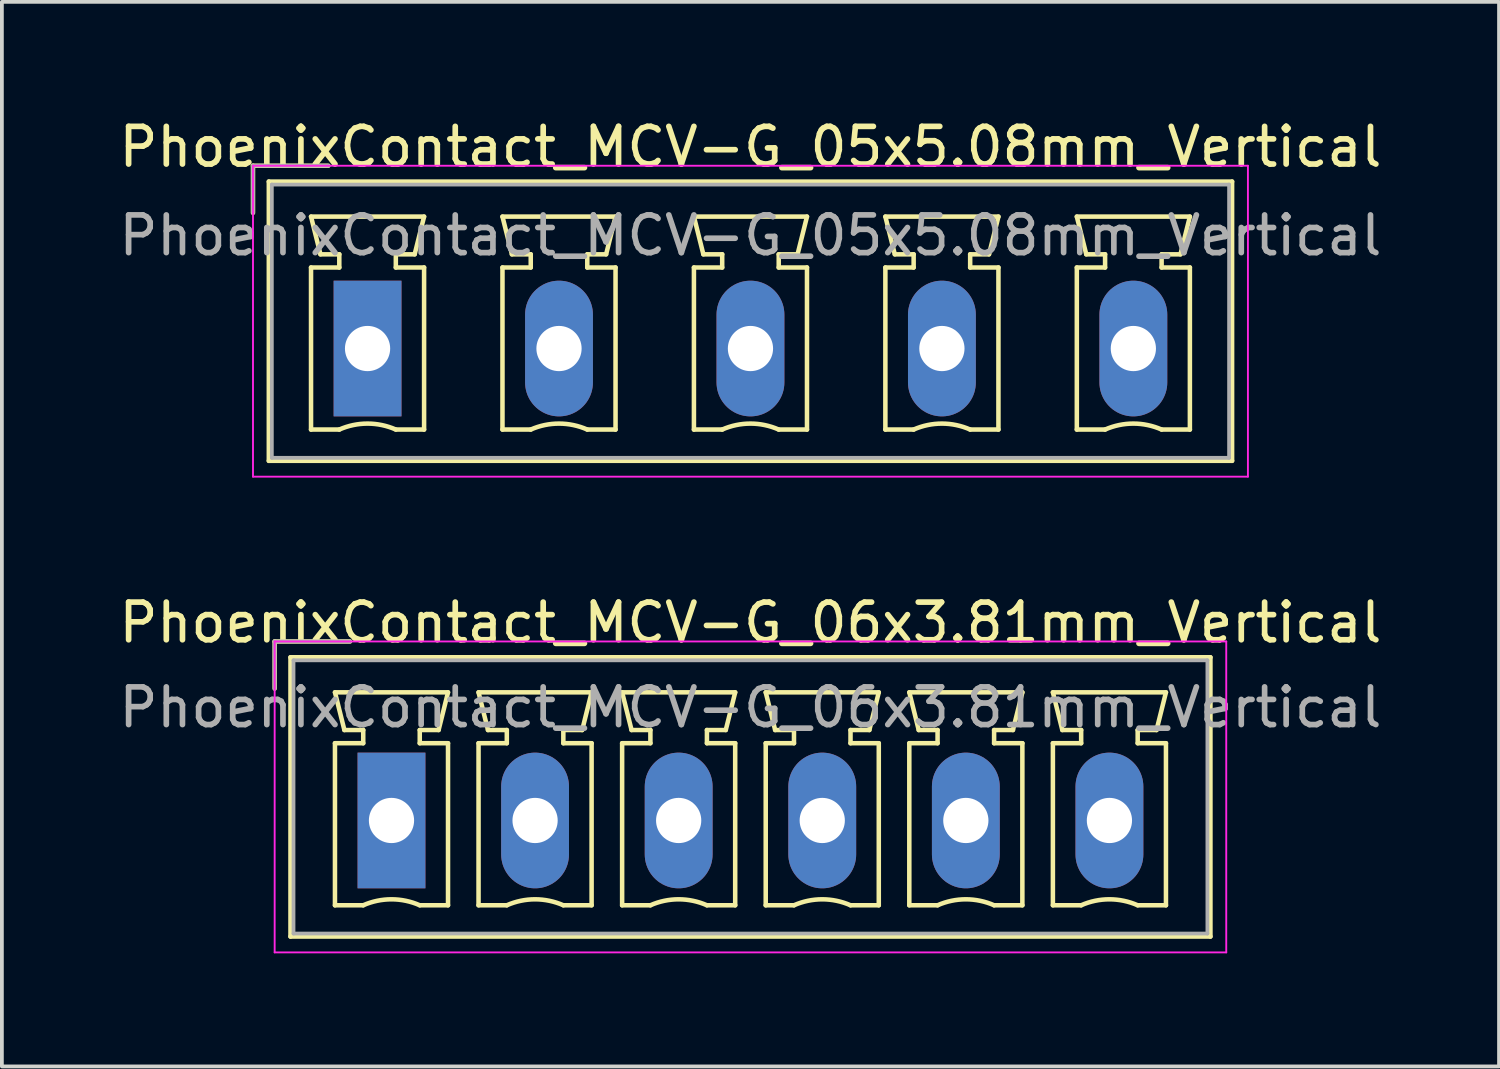
<source format=kicad_pcb>
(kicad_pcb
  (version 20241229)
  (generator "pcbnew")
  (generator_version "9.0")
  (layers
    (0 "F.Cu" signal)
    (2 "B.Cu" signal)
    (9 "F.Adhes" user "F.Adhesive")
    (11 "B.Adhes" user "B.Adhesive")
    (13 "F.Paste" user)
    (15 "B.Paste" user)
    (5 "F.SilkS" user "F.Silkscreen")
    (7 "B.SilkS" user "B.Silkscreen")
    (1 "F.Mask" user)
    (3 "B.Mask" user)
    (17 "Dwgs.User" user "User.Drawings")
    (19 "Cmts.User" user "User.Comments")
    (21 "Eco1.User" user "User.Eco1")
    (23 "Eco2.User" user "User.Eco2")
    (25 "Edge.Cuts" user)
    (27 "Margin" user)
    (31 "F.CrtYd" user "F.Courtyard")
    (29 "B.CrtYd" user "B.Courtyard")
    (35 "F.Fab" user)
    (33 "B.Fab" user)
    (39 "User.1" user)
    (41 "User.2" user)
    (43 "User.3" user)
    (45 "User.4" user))
  (footprint "PhoenixContact_MCV-G_05x5.08mm_Vertical"
    (layer "F.Cu")
    (at 6.703 6.198)
    (property "Reference" "PhoenixContact_MCV-G_05x5.08mm_Vertical" (at 10.16 -5.35 0) (layer "F.SilkS") (effects (font (size 1 1) (thickness 0.15))))
    (attr through_hole)
    (fp_line (start -3.04 -4.85) (end -1.04 -4.85) (stroke (width 0.12) (type solid)) (layer "F.SilkS"))
    (fp_line (start -3.04 -3.6) (end -3.04 -4.85) (stroke (width 0.12) (type solid)) (layer "F.SilkS"))
    (fp_line (start -2.62 -4.43) (end -2.62 2.98) (stroke (width 0.12) (type solid)) (layer "F.SilkS"))
    (fp_line (start -2.62 2.98) (end 22.94 2.98) (stroke (width 0.12) (type solid)) (layer "F.SilkS"))
    (fp_line (start -1.5 -3.5) (end 1.5 -3.5) (stroke (width 0.12) (type solid)) (layer "F.SilkS"))
    (fp_line (start -1.5 -2.15) (end -0.75 -2.15) (stroke (width 0.12) (type solid)) (layer "F.SilkS"))
    (fp_line (start -1.5 2.15) (end -1.5 -2.15) (stroke (width 0.12) (type solid)) (layer "F.SilkS"))
    (fp_line (start -1.25 -2.5) (end -1.5 -3.5) (stroke (width 0.12) (type solid)) (layer "F.SilkS"))
    (fp_line (start -0.75 -2.5) (end -1.25 -2.5) (stroke (width 0.12) (type solid)) (layer "F.SilkS"))
    (fp_line (start -0.75 -2.15) (end -0.75 -2.5) (stroke (width 0.12) (type solid)) (layer "F.SilkS"))
    (fp_line (start -0.75 2.15) (end -1.5 2.15) (stroke (width 0.12) (type solid)) (layer "F.SilkS"))
    (fp_line (start 0.75 -2.5) (end 0.75 -2.15) (stroke (width 0.12) (type solid)) (layer "F.SilkS"))
    (fp_line (start 0.75 -2.15) (end 1.5 -2.15) (stroke (width 0.12) (type solid)) (layer "F.SilkS"))
    (fp_line (start 1.25 -2.5) (end 0.75 -2.5) (stroke (width 0.12) (type solid)) (layer "F.SilkS"))
    (fp_line (start 1.5 -3.5) (end 1.25 -2.5) (stroke (width 0.12) (type solid)) (layer "F.SilkS"))
    (fp_line (start 1.5 -2.15) (end 1.5 2.15) (stroke (width 0.12) (type solid)) (layer "F.SilkS"))
    (fp_line (start 1.5 2.15) (end 0.75 2.15) (stroke (width 0.12) (type solid)) (layer "F.SilkS"))
    (fp_line (start 3.58 -3.5) (end 6.58 -3.5) (stroke (width 0.12) (type solid)) (layer "F.SilkS"))
    (fp_line (start 3.58 -2.15) (end 4.33 -2.15) (stroke (width 0.12) (type solid)) (layer "F.SilkS"))
    (fp_line (start 3.58 2.15) (end 3.58 -2.15) (stroke (width 0.12) (type solid)) (layer "F.SilkS"))
    (fp_line (start 3.83 -2.5) (end 3.58 -3.5) (stroke (width 0.12) (type solid)) (layer "F.SilkS"))
    (fp_line (start 4.33 -2.5) (end 3.83 -2.5) (stroke (width 0.12) (type solid)) (layer "F.SilkS"))
    (fp_line (start 4.33 -2.15) (end 4.33 -2.5) (stroke (width 0.12) (type solid)) (layer "F.SilkS"))
    (fp_line (start 4.33 2.15) (end 3.58 2.15) (stroke (width 0.12) (type solid)) (layer "F.SilkS"))
    (fp_line (start 5.83 -2.5) (end 5.83 -2.15) (stroke (width 0.12) (type solid)) (layer "F.SilkS"))
    (fp_line (start 5.83 -2.15) (end 6.58 -2.15) (stroke (width 0.12) (type solid)) (layer "F.SilkS"))
    (fp_line (start 6.33 -2.5) (end 5.83 -2.5) (stroke (width 0.12) (type solid)) (layer "F.SilkS"))
    (fp_line (start 6.58 -3.5) (end 6.33 -2.5) (stroke (width 0.12) (type solid)) (layer "F.SilkS"))
    (fp_line (start 6.58 -2.15) (end 6.58 2.15) (stroke (width 0.12) (type solid)) (layer "F.SilkS"))
    (fp_line (start 6.58 2.15) (end 5.83 2.15) (stroke (width 0.12) (type solid)) (layer "F.SilkS"))
    (fp_line (start 8.66 -3.5) (end 11.66 -3.5) (stroke (width 0.12) (type solid)) (layer "F.SilkS"))
    (fp_line (start 8.66 -2.15) (end 9.41 -2.15) (stroke (width 0.12) (type solid)) (layer "F.SilkS"))
    (fp_line (start 8.66 2.15) (end 8.66 -2.15) (stroke (width 0.12) (type solid)) (layer "F.SilkS"))
    (fp_line (start 8.91 -2.5) (end 8.66 -3.5) (stroke (width 0.12) (type solid)) (layer "F.SilkS"))
    (fp_line (start 9.41 -2.5) (end 8.91 -2.5) (stroke (width 0.12) (type solid)) (layer "F.SilkS"))
    (fp_line (start 9.41 -2.15) (end 9.41 -2.5) (stroke (width 0.12) (type solid)) (layer "F.SilkS"))
    (fp_line (start 9.41 2.15) (end 8.66 2.15) (stroke (width 0.12) (type solid)) (layer "F.SilkS"))
    (fp_line (start 10.91 -2.5) (end 10.91 -2.15) (stroke (width 0.12) (type solid)) (layer "F.SilkS"))
    (fp_line (start 10.91 -2.15) (end 11.66 -2.15) (stroke (width 0.12) (type solid)) (layer "F.SilkS"))
    (fp_line (start 11.41 -2.5) (end 10.91 -2.5) (stroke (width 0.12) (type solid)) (layer "F.SilkS"))
    (fp_line (start 11.66 -3.5) (end 11.41 -2.5) (stroke (width 0.12) (type solid)) (layer "F.SilkS"))
    (fp_line (start 11.66 -2.15) (end 11.66 2.15) (stroke (width 0.12) (type solid)) (layer "F.SilkS"))
    (fp_line (start 11.66 2.15) (end 10.91 2.15) (stroke (width 0.12) (type solid)) (layer "F.SilkS"))
    (fp_line (start 13.74 -3.5) (end 16.74 -3.5) (stroke (width 0.12) (type solid)) (layer "F.SilkS"))
    (fp_line (start 13.74 -2.15) (end 14.49 -2.15) (stroke (width 0.12) (type solid)) (layer "F.SilkS"))
    (fp_line (start 13.74 2.15) (end 13.74 -2.15) (stroke (width 0.12) (type solid)) (layer "F.SilkS"))
    (fp_line (start 13.99 -2.5) (end 13.74 -3.5) (stroke (width 0.12) (type solid)) (layer "F.SilkS"))
    (fp_line (start 14.49 -2.5) (end 13.99 -2.5) (stroke (width 0.12) (type solid)) (layer "F.SilkS"))
    (fp_line (start 14.49 -2.15) (end 14.49 -2.5) (stroke (width 0.12) (type solid)) (layer "F.SilkS"))
    (fp_line (start 14.49 2.15) (end 13.74 2.15) (stroke (width 0.12) (type solid)) (layer "F.SilkS"))
    (fp_line (start 15.99 -2.5) (end 15.99 -2.15) (stroke (width 0.12) (type solid)) (layer "F.SilkS"))
    (fp_line (start 15.99 -2.15) (end 16.74 -2.15) (stroke (width 0.12) (type solid)) (layer "F.SilkS"))
    (fp_line (start 16.49 -2.5) (end 15.99 -2.5) (stroke (width 0.12) (type solid)) (layer "F.SilkS"))
    (fp_line (start 16.74 -3.5) (end 16.49 -2.5) (stroke (width 0.12) (type solid)) (layer "F.SilkS"))
    (fp_line (start 16.74 -2.15) (end 16.74 2.15) (stroke (width 0.12) (type solid)) (layer "F.SilkS"))
    (fp_line (start 16.74 2.15) (end 15.99 2.15) (stroke (width 0.12) (type solid)) (layer "F.SilkS"))
    (fp_line (start 18.82 -3.5) (end 21.82 -3.5) (stroke (width 0.12) (type solid)) (layer "F.SilkS"))
    (fp_line (start 18.82 -2.15) (end 19.57 -2.15) (stroke (width 0.12) (type solid)) (layer "F.SilkS"))
    (fp_line (start 18.82 2.15) (end 18.82 -2.15) (stroke (width 0.12) (type solid)) (layer "F.SilkS"))
    (fp_line (start 19.07 -2.5) (end 18.82 -3.5) (stroke (width 0.12) (type solid)) (layer "F.SilkS"))
    (fp_line (start 19.57 -2.5) (end 19.07 -2.5) (stroke (width 0.12) (type solid)) (layer "F.SilkS"))
    (fp_line (start 19.57 -2.15) (end 19.57 -2.5) (stroke (width 0.12) (type solid)) (layer "F.SilkS"))
    (fp_line (start 19.57 2.15) (end 18.82 2.15) (stroke (width 0.12) (type solid)) (layer "F.SilkS"))
    (fp_line (start 21.07 -2.5) (end 21.07 -2.15) (stroke (width 0.12) (type solid)) (layer "F.SilkS"))
    (fp_line (start 21.07 -2.15) (end 21.82 -2.15) (stroke (width 0.12) (type solid)) (layer "F.SilkS"))
    (fp_line (start 21.57 -2.5) (end 21.07 -2.5) (stroke (width 0.12) (type solid)) (layer "F.SilkS"))
    (fp_line (start 21.82 -3.5) (end 21.57 -2.5) (stroke (width 0.12) (type solid)) (layer "F.SilkS"))
    (fp_line (start 21.82 -2.15) (end 21.82 2.15) (stroke (width 0.12) (type solid)) (layer "F.SilkS"))
    (fp_line (start 21.82 2.15) (end 21.07 2.15) (stroke (width 0.12) (type solid)) (layer "F.SilkS"))
    (fp_line (start 22.94 -4.43) (end -2.62 -4.43) (stroke (width 0.12) (type solid)) (layer "F.SilkS"))
    (fp_line (start 22.94 2.98) (end 22.94 -4.43) (stroke (width 0.12) (type solid)) (layer "F.SilkS"))
    (fp_arc (start -0.75 2.15) (mid -0.000193 1.99191) (end 0.749647 2.149844) (stroke (width 0.12) (type solid)) (layer "F.SilkS"))
    (fp_arc (start 4.33 2.15) (mid 5.079807 1.99191) (end 5.829647 2.149844) (stroke (width 0.12) (type solid)) (layer "F.SilkS"))
    (fp_arc (start 9.41 2.15) (mid 10.159807 1.99191) (end 10.909647 2.149844) (stroke (width 0.12) (type solid)) (layer "F.SilkS"))
    (fp_arc (start 14.49 2.15) (mid 15.239807 1.99191) (end 15.989647 2.149844) (stroke (width 0.12) (type solid)) (layer "F.SilkS"))
    (fp_arc (start 19.57 2.15) (mid 20.319807 1.99191) (end 21.069647 2.149844) (stroke (width 0.12) (type solid)) (layer "F.SilkS"))
    (fp_line (start -3.04 -4.85) (end -3.04 3.4) (stroke (width 0.05) (type solid)) (layer "F.CrtYd"))
    (fp_line (start -3.04 3.4) (end 23.36 3.4) (stroke (width 0.05) (type solid)) (layer "F.CrtYd"))
    (fp_line (start 23.36 -4.85) (end -3.04 -4.85) (stroke (width 0.05) (type solid)) (layer "F.CrtYd"))
    (fp_line (start 23.36 3.4) (end 23.36 -4.85) (stroke (width 0.05) (type solid)) (layer "F.CrtYd"))
    (fp_line (start -3.04 -4.85) (end -1.04 -4.85) (stroke (width 0.1) (type solid)) (layer "F.Fab"))
    (fp_line (start -3.04 -3.6) (end -3.04 -4.85) (stroke (width 0.1) (type solid)) (layer "F.Fab"))
    (fp_line (start -2.54 -4.35) (end -2.54 2.9) (stroke (width 0.1) (type solid)) (layer "F.Fab"))
    (fp_line (start -2.54 2.9) (end 22.86 2.9) (stroke (width 0.1) (type solid)) (layer "F.Fab"))
    (fp_line (start 22.86 -4.35) (end -2.54 -4.35) (stroke (width 0.1) (type solid)) (layer "F.Fab"))
    (fp_line (start 22.86 2.9) (end 22.86 -4.35) (stroke (width 0.1) (type solid)) (layer "F.Fab"))
    (fp_text user "${REFERENCE}" (at 10.16 -3 0) (layer "F.Fab") (effects (font (size 1 1) (thickness 0.15))))
    (pad "1" thru_hole rect (at 0 0) (size 1.8 3.6) (drill 1.2) (layers "*.Cu" "*.Mask"))
    (pad "2" thru_hole oval (at 5.08 0) (size 1.8 3.6) (drill 1.2) (layers "*.Cu" "*.Mask"))
    (pad "3" thru_hole oval (at 10.16 0) (size 1.8 3.6) (drill 1.2) (layers "*.Cu" "*.Mask"))
    (pad "4" thru_hole oval (at 15.24 0) (size 1.8 3.6) (drill 1.2) (layers "*.Cu" "*.Mask"))
    (pad "5" thru_hole oval (at 20.32 0) (size 1.8 3.6) (drill 1.2) (layers "*.Cu" "*.Mask")))
  (footprint "PhoenixContact_MCV-G_06x3.81mm_Vertical"
    (layer "F.Cu")
    (at 7.338 18.721)
    (property "Reference" "PhoenixContact_MCV-G_06x3.81mm_Vertical" (at 9.525 -5.25 0) (layer "F.SilkS") (effects (font (size 1 1) (thickness 0.15))))
    (attr through_hole)
    (fp_line (start -3.1 -4.75) (end -1.1 -4.75) (stroke (width 0.12) (type solid)) (layer "F.SilkS"))
    (fp_line (start -3.1 -3.5) (end -3.1 -4.75) (stroke (width 0.12) (type solid)) (layer "F.SilkS"))
    (fp_line (start -2.68 -4.33) (end -2.68 3.08) (stroke (width 0.12) (type solid)) (layer "F.SilkS"))
    (fp_line (start -2.68 3.08) (end 21.73 3.08) (stroke (width 0.12) (type solid)) (layer "F.SilkS"))
    (fp_line (start -1.5 -3.4) (end 1.5 -3.4) (stroke (width 0.12) (type solid)) (layer "F.SilkS"))
    (fp_line (start -1.5 -2.05) (end -0.75 -2.05) (stroke (width 0.12) (type solid)) (layer "F.SilkS"))
    (fp_line (start -1.5 2.25) (end -1.5 -2.05) (stroke (width 0.12) (type solid)) (layer "F.SilkS"))
    (fp_line (start -1.25 -2.4) (end -1.5 -3.4) (stroke (width 0.12) (type solid)) (layer "F.SilkS"))
    (fp_line (start -0.75 -2.4) (end -1.25 -2.4) (stroke (width 0.12) (type solid)) (layer "F.SilkS"))
    (fp_line (start -0.75 -2.05) (end -0.75 -2.4) (stroke (width 0.12) (type solid)) (layer "F.SilkS"))
    (fp_line (start -0.75 2.25) (end -1.5 2.25) (stroke (width 0.12) (type solid)) (layer "F.SilkS"))
    (fp_line (start 0.75 -2.4) (end 0.75 -2.05) (stroke (width 0.12) (type solid)) (layer "F.SilkS"))
    (fp_line (start 0.75 -2.05) (end 1.5 -2.05) (stroke (width 0.12) (type solid)) (layer "F.SilkS"))
    (fp_line (start 1.25 -2.4) (end 0.75 -2.4) (stroke (width 0.12) (type solid)) (layer "F.SilkS"))
    (fp_line (start 1.5 -3.4) (end 1.25 -2.4) (stroke (width 0.12) (type solid)) (layer "F.SilkS"))
    (fp_line (start 1.5 -2.05) (end 1.5 2.25) (stroke (width 0.12) (type solid)) (layer "F.SilkS"))
    (fp_line (start 1.5 2.25) (end 0.75 2.25) (stroke (width 0.12) (type solid)) (layer "F.SilkS"))
    (fp_line (start 2.31 -3.4) (end 5.31 -3.4) (stroke (width 0.12) (type solid)) (layer "F.SilkS"))
    (fp_line (start 2.31 -2.05) (end 3.06 -2.05) (stroke (width 0.12) (type solid)) (layer "F.SilkS"))
    (fp_line (start 2.31 2.25) (end 2.31 -2.05) (stroke (width 0.12) (type solid)) (layer "F.SilkS"))
    (fp_line (start 2.56 -2.4) (end 2.31 -3.4) (stroke (width 0.12) (type solid)) (layer "F.SilkS"))
    (fp_line (start 3.06 -2.4) (end 2.56 -2.4) (stroke (width 0.12) (type solid)) (layer "F.SilkS"))
    (fp_line (start 3.06 -2.05) (end 3.06 -2.4) (stroke (width 0.12) (type solid)) (layer "F.SilkS"))
    (fp_line (start 3.06 2.25) (end 2.31 2.25) (stroke (width 0.12) (type solid)) (layer "F.SilkS"))
    (fp_line (start 4.56 -2.4) (end 4.56 -2.05) (stroke (width 0.12) (type solid)) (layer "F.SilkS"))
    (fp_line (start 4.56 -2.05) (end 5.31 -2.05) (stroke (width 0.12) (type solid)) (layer "F.SilkS"))
    (fp_line (start 5.06 -2.4) (end 4.56 -2.4) (stroke (width 0.12) (type solid)) (layer "F.SilkS"))
    (fp_line (start 5.31 -3.4) (end 5.06 -2.4) (stroke (width 0.12) (type solid)) (layer "F.SilkS"))
    (fp_line (start 5.31 -2.05) (end 5.31 2.25) (stroke (width 0.12) (type solid)) (layer "F.SilkS"))
    (fp_line (start 5.31 2.25) (end 4.56 2.25) (stroke (width 0.12) (type solid)) (layer "F.SilkS"))
    (fp_line (start 6.12 -3.4) (end 9.12 -3.4) (stroke (width 0.12) (type solid)) (layer "F.SilkS"))
    (fp_line (start 6.12 -2.05) (end 6.87 -2.05) (stroke (width 0.12) (type solid)) (layer "F.SilkS"))
    (fp_line (start 6.12 2.25) (end 6.12 -2.05) (stroke (width 0.12) (type solid)) (layer "F.SilkS"))
    (fp_line (start 6.37 -2.4) (end 6.12 -3.4) (stroke (width 0.12) (type solid)) (layer "F.SilkS"))
    (fp_line (start 6.87 -2.4) (end 6.37 -2.4) (stroke (width 0.12) (type solid)) (layer "F.SilkS"))
    (fp_line (start 6.87 -2.05) (end 6.87 -2.4) (stroke (width 0.12) (type solid)) (layer "F.SilkS"))
    (fp_line (start 6.87 2.25) (end 6.12 2.25) (stroke (width 0.12) (type solid)) (layer "F.SilkS"))
    (fp_line (start 8.37 -2.4) (end 8.37 -2.05) (stroke (width 0.12) (type solid)) (layer "F.SilkS"))
    (fp_line (start 8.37 -2.05) (end 9.12 -2.05) (stroke (width 0.12) (type solid)) (layer "F.SilkS"))
    (fp_line (start 8.87 -2.4) (end 8.37 -2.4) (stroke (width 0.12) (type solid)) (layer "F.SilkS"))
    (fp_line (start 9.12 -3.4) (end 8.87 -2.4) (stroke (width 0.12) (type solid)) (layer "F.SilkS"))
    (fp_line (start 9.12 -2.05) (end 9.12 2.25) (stroke (width 0.12) (type solid)) (layer "F.SilkS"))
    (fp_line (start 9.12 2.25) (end 8.37 2.25) (stroke (width 0.12) (type solid)) (layer "F.SilkS"))
    (fp_line (start 9.93 -3.4) (end 12.93 -3.4) (stroke (width 0.12) (type solid)) (layer "F.SilkS"))
    (fp_line (start 9.93 -2.05) (end 10.68 -2.05) (stroke (width 0.12) (type solid)) (layer "F.SilkS"))
    (fp_line (start 9.93 2.25) (end 9.93 -2.05) (stroke (width 0.12) (type solid)) (layer "F.SilkS"))
    (fp_line (start 10.18 -2.4) (end 9.93 -3.4) (stroke (width 0.12) (type solid)) (layer "F.SilkS"))
    (fp_line (start 10.68 -2.4) (end 10.18 -2.4) (stroke (width 0.12) (type solid)) (layer "F.SilkS"))
    (fp_line (start 10.68 -2.05) (end 10.68 -2.4) (stroke (width 0.12) (type solid)) (layer "F.SilkS"))
    (fp_line (start 10.68 2.25) (end 9.93 2.25) (stroke (width 0.12) (type solid)) (layer "F.SilkS"))
    (fp_line (start 12.18 -2.4) (end 12.18 -2.05) (stroke (width 0.12) (type solid)) (layer "F.SilkS"))
    (fp_line (start 12.18 -2.05) (end 12.93 -2.05) (stroke (width 0.12) (type solid)) (layer "F.SilkS"))
    (fp_line (start 12.68 -2.4) (end 12.18 -2.4) (stroke (width 0.12) (type solid)) (layer "F.SilkS"))
    (fp_line (start 12.93 -3.4) (end 12.68 -2.4) (stroke (width 0.12) (type solid)) (layer "F.SilkS"))
    (fp_line (start 12.93 -2.05) (end 12.93 2.25) (stroke (width 0.12) (type solid)) (layer "F.SilkS"))
    (fp_line (start 12.93 2.25) (end 12.18 2.25) (stroke (width 0.12) (type solid)) (layer "F.SilkS"))
    (fp_line (start 13.74 -3.4) (end 16.74 -3.4) (stroke (width 0.12) (type solid)) (layer "F.SilkS"))
    (fp_line (start 13.74 -2.05) (end 14.49 -2.05) (stroke (width 0.12) (type solid)) (layer "F.SilkS"))
    (fp_line (start 13.74 2.25) (end 13.74 -2.05) (stroke (width 0.12) (type solid)) (layer "F.SilkS"))
    (fp_line (start 13.99 -2.4) (end 13.74 -3.4) (stroke (width 0.12) (type solid)) (layer "F.SilkS"))
    (fp_line (start 14.49 -2.4) (end 13.99 -2.4) (stroke (width 0.12) (type solid)) (layer "F.SilkS"))
    (fp_line (start 14.49 -2.05) (end 14.49 -2.4) (stroke (width 0.12) (type solid)) (layer "F.SilkS"))
    (fp_line (start 14.49 2.25) (end 13.74 2.25) (stroke (width 0.12) (type solid)) (layer "F.SilkS"))
    (fp_line (start 15.99 -2.4) (end 15.99 -2.05) (stroke (width 0.12) (type solid)) (layer "F.SilkS"))
    (fp_line (start 15.99 -2.05) (end 16.74 -2.05) (stroke (width 0.12) (type solid)) (layer "F.SilkS"))
    (fp_line (start 16.49 -2.4) (end 15.99 -2.4) (stroke (width 0.12) (type solid)) (layer "F.SilkS"))
    (fp_line (start 16.74 -3.4) (end 16.49 -2.4) (stroke (width 0.12) (type solid)) (layer "F.SilkS"))
    (fp_line (start 16.74 -2.05) (end 16.74 2.25) (stroke (width 0.12) (type solid)) (layer "F.SilkS"))
    (fp_line (start 16.74 2.25) (end 15.99 2.25) (stroke (width 0.12) (type solid)) (layer "F.SilkS"))
    (fp_line (start 17.55 -3.4) (end 20.55 -3.4) (stroke (width 0.12) (type solid)) (layer "F.SilkS"))
    (fp_line (start 17.55 -2.05) (end 18.3 -2.05) (stroke (width 0.12) (type solid)) (layer "F.SilkS"))
    (fp_line (start 17.55 2.25) (end 17.55 -2.05) (stroke (width 0.12) (type solid)) (layer "F.SilkS"))
    (fp_line (start 17.8 -2.4) (end 17.55 -3.4) (stroke (width 0.12) (type solid)) (layer "F.SilkS"))
    (fp_line (start 18.3 -2.4) (end 17.8 -2.4) (stroke (width 0.12) (type solid)) (layer "F.SilkS"))
    (fp_line (start 18.3 -2.05) (end 18.3 -2.4) (stroke (width 0.12) (type solid)) (layer "F.SilkS"))
    (fp_line (start 18.3 2.25) (end 17.55 2.25) (stroke (width 0.12) (type solid)) (layer "F.SilkS"))
    (fp_line (start 19.8 -2.4) (end 19.8 -2.05) (stroke (width 0.12) (type solid)) (layer "F.SilkS"))
    (fp_line (start 19.8 -2.05) (end 20.55 -2.05) (stroke (width 0.12) (type solid)) (layer "F.SilkS"))
    (fp_line (start 20.3 -2.4) (end 19.8 -2.4) (stroke (width 0.12) (type solid)) (layer "F.SilkS"))
    (fp_line (start 20.55 -3.4) (end 20.3 -2.4) (stroke (width 0.12) (type solid)) (layer "F.SilkS"))
    (fp_line (start 20.55 -2.05) (end 20.55 2.25) (stroke (width 0.12) (type solid)) (layer "F.SilkS"))
    (fp_line (start 20.55 2.25) (end 19.8 2.25) (stroke (width 0.12) (type solid)) (layer "F.SilkS"))
    (fp_line (start 21.73 -4.33) (end -2.68 -4.33) (stroke (width 0.12) (type solid)) (layer "F.SilkS"))
    (fp_line (start 21.73 3.08) (end 21.73 -4.33) (stroke (width 0.12) (type solid)) (layer "F.SilkS"))
    (fp_arc (start -0.75 2.25) (mid -0.000193 2.09191) (end 0.749647 2.249844) (stroke (width 0.12) (type solid)) (layer "F.SilkS"))
    (fp_arc (start 3.06 2.25) (mid 3.809807 2.09191) (end 4.559647 2.249844) (stroke (width 0.12) (type solid)) (layer "F.SilkS"))
    (fp_arc (start 6.87 2.25) (mid 7.619807 2.09191) (end 8.369647 2.249844) (stroke (width 0.12) (type solid)) (layer "F.SilkS"))
    (fp_arc (start 10.68 2.25) (mid 11.429807 2.09191) (end 12.179647 2.249844) (stroke (width 0.12) (type solid)) (layer "F.SilkS"))
    (fp_arc (start 14.49 2.25) (mid 15.239807 2.09191) (end 15.989647 2.249844) (stroke (width 0.12) (type solid)) (layer "F.SilkS"))
    (fp_arc (start 18.3 2.25) (mid 19.049807 2.09191) (end 19.799647 2.249844) (stroke (width 0.12) (type solid)) (layer "F.SilkS"))
    (fp_line (start -3.1 -4.75) (end -3.1 3.5) (stroke (width 0.05) (type solid)) (layer "F.CrtYd"))
    (fp_line (start -3.1 3.5) (end 22.15 3.5) (stroke (width 0.05) (type solid)) (layer "F.CrtYd"))
    (fp_line (start 22.15 -4.75) (end -3.1 -4.75) (stroke (width 0.05) (type solid)) (layer "F.CrtYd"))
    (fp_line (start 22.15 3.5) (end 22.15 -4.75) (stroke (width 0.05) (type solid)) (layer "F.CrtYd"))
    (fp_line (start -3.1 -4.75) (end -1.1 -4.75) (stroke (width 0.1) (type solid)) (layer "F.Fab"))
    (fp_line (start -3.1 -3.5) (end -3.1 -4.75) (stroke (width 0.1) (type solid)) (layer "F.Fab"))
    (fp_line (start -2.6 -4.25) (end -2.6 3) (stroke (width 0.1) (type solid)) (layer "F.Fab"))
    (fp_line (start -2.6 3) (end 21.65 3) (stroke (width 0.1) (type solid)) (layer "F.Fab"))
    (fp_line (start 21.65 -4.25) (end -2.6 -4.25) (stroke (width 0.1) (type solid)) (layer "F.Fab"))
    (fp_line (start 21.65 3) (end 21.65 -4.25) (stroke (width 0.1) (type solid)) (layer "F.Fab"))
    (fp_text user "${REFERENCE}" (at 9.525 -3 0) (layer "F.Fab") (effects (font (size 1 1) (thickness 0.15))))
    (pad "1" thru_hole rect (at 0 0) (size 1.8 3.6) (drill 1.2) (layers "*.Cu" "*.Mask"))
    (pad "2" thru_hole oval (at 3.81 0) (size 1.8 3.6) (drill 1.2) (layers "*.Cu" "*.Mask"))
    (pad "3" thru_hole oval (at 7.62 0) (size 1.8 3.6) (drill 1.2) (layers "*.Cu" "*.Mask"))
    (pad "4" thru_hole oval (at 11.43 0) (size 1.8 3.6) (drill 1.2) (layers "*.Cu" "*.Mask"))
    (pad "5" thru_hole oval (at 15.24 0) (size 1.8 3.6) (drill 1.2) (layers "*.Cu" "*.Mask"))
    (pad "6" thru_hole oval (at 19.05 0) (size 1.8 3.6) (drill 1.2) (layers "*.Cu" "*.Mask")))
  (gr_rect
    (start -3 -3)
    (end 36.726 25.247)
    (stroke (width 0.1) (type default))
    (fill no)
    (layer "Edge.Cuts")))
</source>
